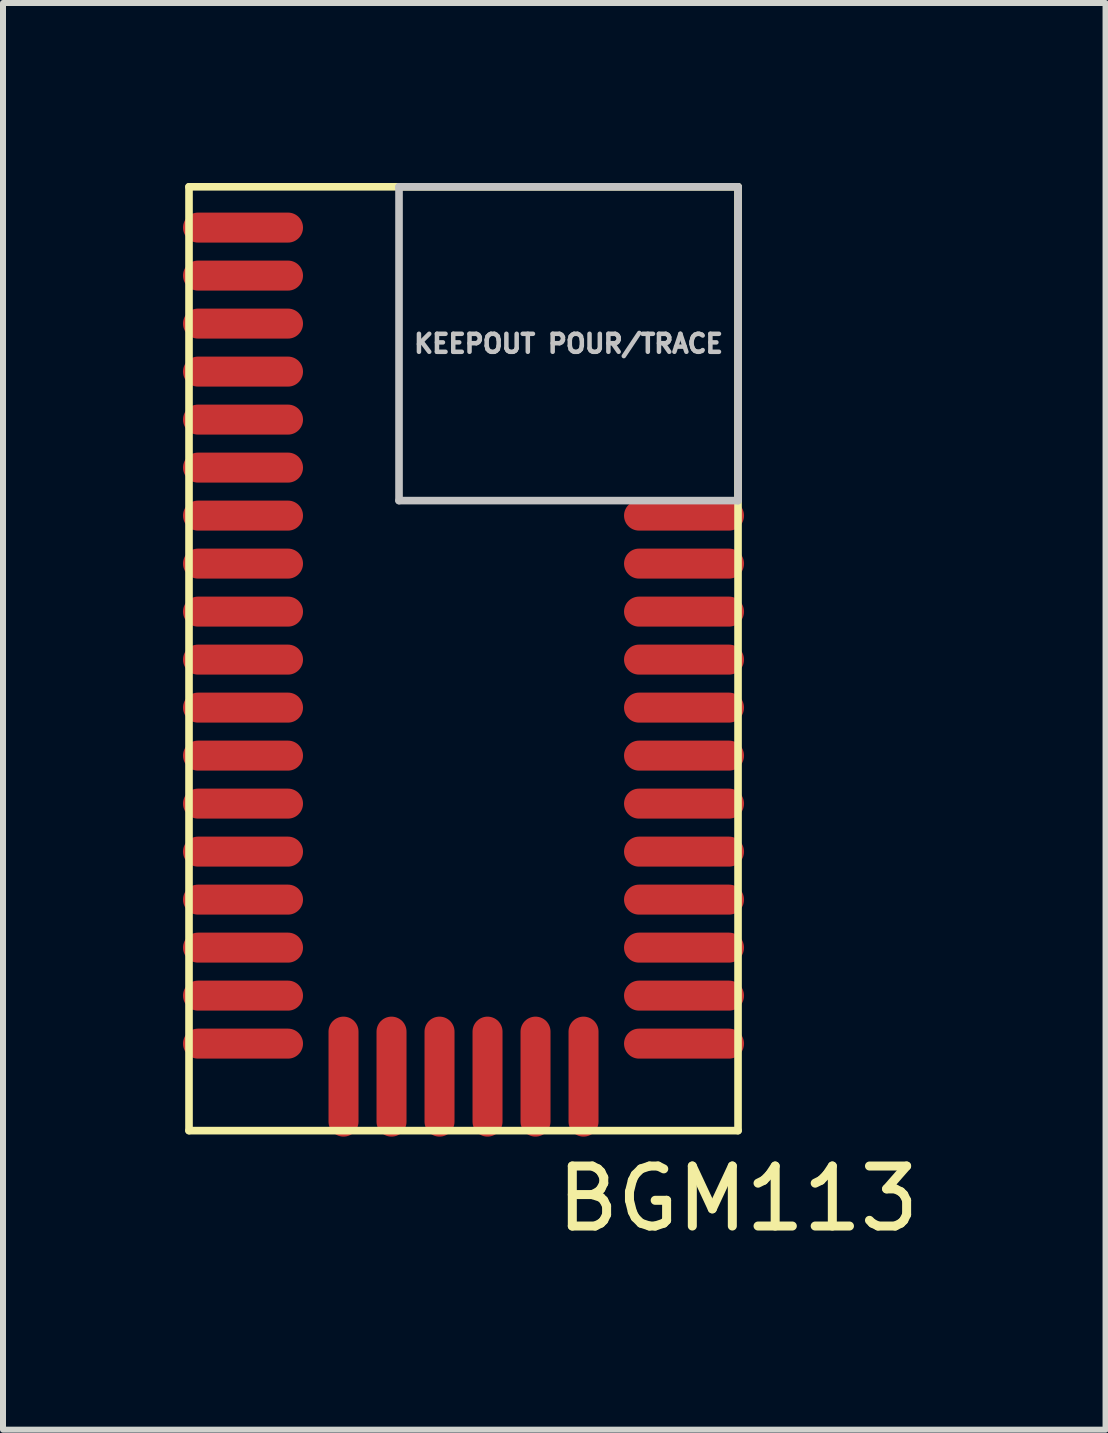
<source format=kicad_pcb>
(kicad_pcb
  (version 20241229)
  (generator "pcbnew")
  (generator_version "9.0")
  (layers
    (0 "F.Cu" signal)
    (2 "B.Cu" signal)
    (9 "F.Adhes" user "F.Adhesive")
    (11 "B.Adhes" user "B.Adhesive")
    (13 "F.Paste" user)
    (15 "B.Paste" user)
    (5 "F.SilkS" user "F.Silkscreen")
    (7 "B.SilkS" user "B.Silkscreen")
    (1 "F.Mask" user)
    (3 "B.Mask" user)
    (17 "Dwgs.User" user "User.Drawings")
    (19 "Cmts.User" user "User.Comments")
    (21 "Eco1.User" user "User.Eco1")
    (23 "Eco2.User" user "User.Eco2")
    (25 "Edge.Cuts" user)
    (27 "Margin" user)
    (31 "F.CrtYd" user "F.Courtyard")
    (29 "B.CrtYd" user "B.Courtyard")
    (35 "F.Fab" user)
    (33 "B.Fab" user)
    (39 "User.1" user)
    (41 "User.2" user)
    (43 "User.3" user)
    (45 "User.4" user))
  (footprint "BGM113"
    (layer "F.Cu")
    (at 4.675 7.928)
    (property "Reference" "BGM113" (at 4.575 9 0) (layer "F.SilkS") (effects (font (size 1 1) (thickness 0.15))))
    (attr through_hole)
    (fp_line (start -4.575 -7.865) (end 4.575 -7.865) (stroke (width 0.127) (type solid)) (layer "F.SilkS"))
    (fp_line (start -4.575 7.865) (end -4.575 -7.865) (stroke (width 0.127) (type solid)) (layer "F.SilkS"))
    (fp_line (start 4.575 -7.865) (end 4.575 7.865) (stroke (width 0.127) (type solid)) (layer "F.SilkS"))
    (fp_line (start 4.575 7.865) (end -4.575 7.865) (stroke (width 0.127) (type solid)) (layer "F.SilkS"))
    (fp_line (start -1.075 -7.865) (end -1.075 -2.635) (stroke (width 0.127) (type solid)) (layer "Dwgs.User"))
    (fp_line (start -1.075 -2.635) (end 4.575 -2.635) (stroke (width 0.127) (type solid)) (layer "Dwgs.User"))
    (fp_line (start 4.575 -7.865) (end -1.075 -7.865) (stroke (width 0.127) (type solid)) (layer "Dwgs.User"))
    (fp_line (start 4.575 -2.635) (end 4.575 -7.865) (stroke (width 0.127) (type solid)) (layer "Dwgs.User"))
    (fp_text user "KEEPOUT POUR/TRACE" (at 1.75 -5.25 0) (layer "Dwgs.User") (effects (font (size 0.3 0.3) (thickness 0.075))))
    (pad "1" smd oval (at -3.675 -7.185) (size 2 0.5) (layers "F.Cu" "F.Mask" "F.Paste"))
    (pad "2" smd oval (at -3.675 -6.385) (size 2 0.5) (layers "F.Cu" "F.Mask" "F.Paste"))
    (pad "3" smd oval (at -3.675 -5.585) (size 2 0.5) (layers "F.Cu" "F.Mask" "F.Paste"))
    (pad "4" smd oval (at -3.675 -4.785) (size 2 0.5) (layers "F.Cu" "F.Mask" "F.Paste"))
    (pad "5" smd oval (at -3.675 -3.985) (size 2 0.5) (layers "F.Cu" "F.Mask" "F.Paste"))
    (pad "6" smd oval (at -3.675 -3.185) (size 2 0.5) (layers "F.Cu" "F.Mask" "F.Paste"))
    (pad "7" smd oval (at -3.675 -2.385) (size 2 0.5) (layers "F.Cu" "F.Mask" "F.Paste"))
    (pad "8" smd oval (at -3.675 -1.585) (size 2 0.5) (layers "F.Cu" "F.Mask" "F.Paste"))
    (pad "9" smd oval (at -3.675 -0.785) (size 2 0.5) (layers "F.Cu" "F.Mask" "F.Paste"))
    (pad "10" smd oval (at -3.675 0.015) (size 2 0.5) (layers "F.Cu" "F.Mask" "F.Paste"))
    (pad "11" smd oval (at -3.675 0.815) (size 2 0.5) (layers "F.Cu" "F.Mask" "F.Paste"))
    (pad "12" smd oval (at -3.675 1.615) (size 2 0.5) (layers "F.Cu" "F.Mask" "F.Paste"))
    (pad "13" smd oval (at -3.675 2.415) (size 2 0.5) (layers "F.Cu" "F.Mask" "F.Paste"))
    (pad "14" smd oval (at -3.675 3.215) (size 2 0.5) (layers "F.Cu" "F.Mask" "F.Paste"))
    (pad "15" smd oval (at -3.675 4.015) (size 2 0.5) (layers "F.Cu" "F.Mask" "F.Paste"))
    (pad "16" smd oval (at -3.675 4.815) (size 2 0.5) (layers "F.Cu" "F.Mask" "F.Paste"))
    (pad "17" smd oval (at -3.675 5.615) (size 2 0.5) (layers "F.Cu" "F.Mask" "F.Paste"))
    (pad "18" smd oval (at -3.675 6.415) (size 2 0.5) (layers "F.Cu" "F.Mask" "F.Paste"))
    (pad "19" smd oval (at -2 6.965 90) (size 2 0.5) (layers "F.Cu" "F.Mask" "F.Paste"))
    (pad "20" smd oval (at -1.2 6.965 90) (size 2 0.5) (layers "F.Cu" "F.Mask" "F.Paste"))
    (pad "21" smd oval (at -0.4 6.965 90) (size 2 0.5) (layers "F.Cu" "F.Mask" "F.Paste"))
    (pad "22" smd oval (at 0.4 6.965 90) (size 2 0.5) (layers "F.Cu" "F.Mask" "F.Paste"))
    (pad "23" smd oval (at 1.2 6.965 90) (size 2 0.5) (layers "F.Cu" "F.Mask" "F.Paste"))
    (pad "24" smd oval (at 2 6.965 90) (size 2 0.5) (layers "F.Cu" "F.Mask" "F.Paste"))
    (pad "25" smd oval (at 3.675 6.415) (size 2 0.5) (layers "F.Cu" "F.Mask" "F.Paste"))
    (pad "26" smd oval (at 3.675 5.615) (size 2 0.5) (layers "F.Cu" "F.Mask" "F.Paste"))
    (pad "27" smd oval (at 3.675 4.815) (size 2 0.5) (layers "F.Cu" "F.Mask" "F.Paste"))
    (pad "28" smd oval (at 3.675 4.015) (size 2 0.5) (layers "F.Cu" "F.Mask" "F.Paste"))
    (pad "29" smd oval (at 3.675 3.215) (size 2 0.5) (layers "F.Cu" "F.Mask" "F.Paste"))
    (pad "30" smd oval (at 3.675 2.415) (size 2 0.5) (layers "F.Cu" "F.Mask" "F.Paste"))
    (pad "31" smd oval (at 3.675 1.615) (size 2 0.5) (layers "F.Cu" "F.Mask" "F.Paste"))
    (pad "32" smd oval (at 3.675 0.815) (size 2 0.5) (layers "F.Cu" "F.Mask" "F.Paste"))
    (pad "33" smd oval (at 3.675 0.015) (size 2 0.5) (layers "F.Cu" "F.Mask" "F.Paste"))
    (pad "34" smd oval (at 3.675 -0.785) (size 2 0.5) (layers "F.Cu" "F.Mask" "F.Paste"))
    (pad "35" smd oval (at 3.675 -1.585) (size 2 0.5) (layers "F.Cu" "F.Mask" "F.Paste"))
    (pad "36" smd oval (at 3.675 -2.385) (size 2 0.5) (layers "F.Cu" "F.Mask" "F.Paste")))
  (gr_rect
    (start -3 -3)
    (end 15.375 20.777)
    (stroke (width 0.1) (type default))
    (fill no)
    (layer "Edge.Cuts")))
</source>
